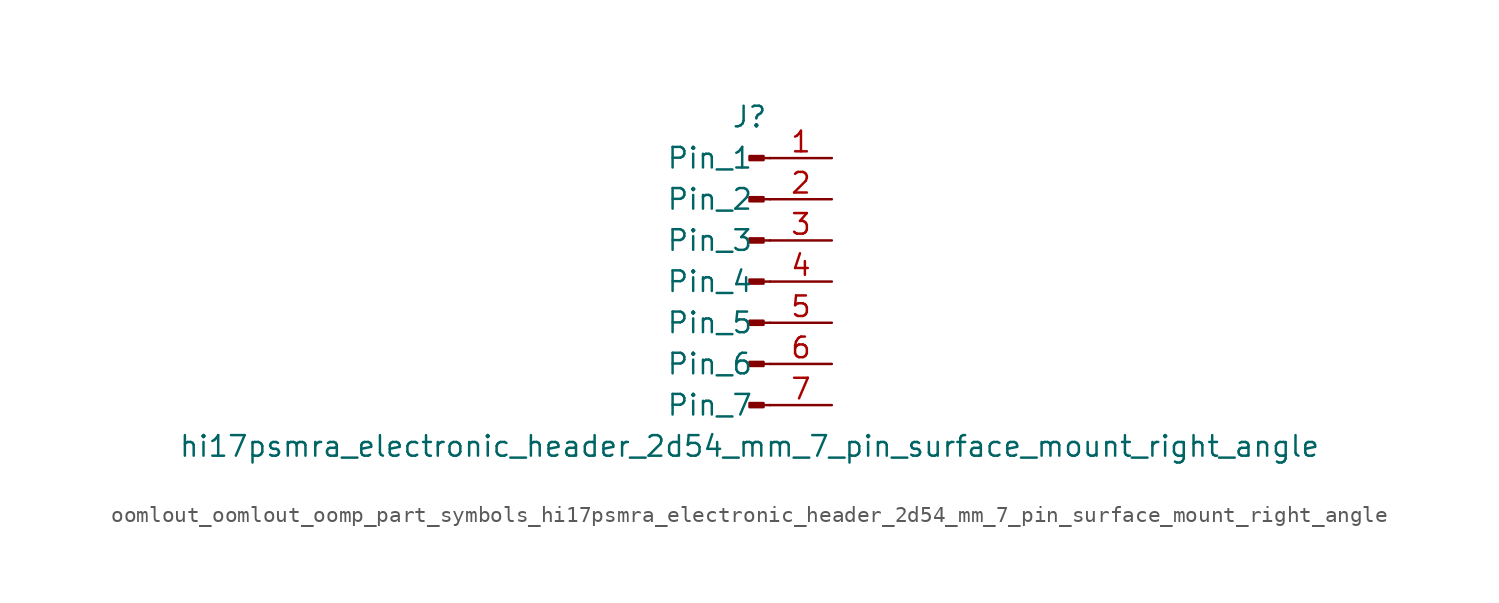
<source format=kicad_sym>
(kicad_symbol_lib
  (version 20220914)
  (generator kicad_symbol_editor)
  (symbol "oomlout_oomlout_oomp_part_symbols_hi17psmra_electronic_header_2d54_mm_7_pin_surface_mount_right_angle"
    (pin_names
      (offset 1.016))
    (property "Reference" "J"
      (at 0 10.16 0)
      (effects (font (size 1.27 1.27))))
    (property "Value" "hi17psmra_electronic_header_2d54_mm_7_pin_surface_mount_right_angle"
      (at 0 -10.16 0)
      (effects (font (size 1.27 1.27))))
    (property "ki_locked" ""
      (at 0 0 0)
      (effects (font (size 1.27 1.27))))
    (symbol "oomlout_oomlout_oomp_part_symbols_hi17psmra_electronic_header_2d54_mm_7_pin_surface_mount_right_angle_1_1"
      (polyline (pts (xy 1.27 -7.62) (xy 0.864 -7.62)) (stroke (width 0.152) (type default)) (fill (type none)))
      (polyline (pts (xy 1.27 -5.08) (xy 0.864 -5.08)) (stroke (width 0.152) (type default)) (fill (type none)))
      (polyline (pts (xy 1.27 -2.54) (xy 0.864 -2.54)) (stroke (width 0.152) (type default)) (fill (type none)))
      (polyline (pts (xy 1.27 0) (xy 0.864 0)) (stroke (width 0.152) (type default)) (fill (type none)))
      (polyline (pts (xy 1.27 2.54) (xy 0.864 2.54)) (stroke (width 0.152) (type default)) (fill (type none)))
      (polyline (pts (xy 1.27 5.08) (xy 0.864 5.08)) (stroke (width 0.152) (type default)) (fill (type none)))
      (polyline (pts (xy 1.27 7.62) (xy 0.864 7.62)) (stroke (width 0.152) (type default)) (fill (type none)))
      (rectangle (start 0.864 -7.493) (end 0 -7.747) (stroke (width 0.152) (type default)) (fill (type outline)))
      (rectangle (start 0.864 -4.953) (end 0 -5.207) (stroke (width 0.152) (type default)) (fill (type outline)))
      (rectangle (start 0.864 -2.413) (end 0 -2.667) (stroke (width 0.152) (type default)) (fill (type outline)))
      (rectangle (start 0.864 0.127) (end 0 -0.127) (stroke (width 0.152) (type default)) (fill (type outline)))
      (rectangle (start 0.864 2.667) (end 0 2.413) (stroke (width 0.152) (type default)) (fill (type outline)))
      (rectangle (start 0.864 5.207) (end 0 4.953) (stroke (width 0.152) (type default)) (fill (type outline)))
      (rectangle (start 0.864 7.747) (end 0 7.493) (stroke (width 0.152) (type default)) (fill (type outline)))
      (pin passive line (at 5.08 7.62 180) (length 3.81) (name "Pin_1" (effects (font (size 1.27 1.27)))) (number "1" (effects (font (size 1.27 1.27)))))
      (pin passive line (at 5.08 5.08 180) (length 3.81) (name "Pin_2" (effects (font (size 1.27 1.27)))) (number "2" (effects (font (size 1.27 1.27)))))
      (pin passive line (at 5.08 2.54 180) (length 3.81) (name "Pin_3" (effects (font (size 1.27 1.27)))) (number "3" (effects (font (size 1.27 1.27)))))
      (pin passive line (at 5.08 0 180) (length 3.81) (name "Pin_4" (effects (font (size 1.27 1.27)))) (number "4" (effects (font (size 1.27 1.27)))))
      (pin passive line (at 5.08 -2.54 180) (length 3.81) (name "Pin_5" (effects (font (size 1.27 1.27)))) (number "5" (effects (font (size 1.27 1.27)))))
      (pin passive line (at 5.08 -5.08 180) (length 3.81) (name "Pin_6" (effects (font (size 1.27 1.27)))) (number "6" (effects (font (size 1.27 1.27)))))
      (pin passive line (at 5.08 -7.62 180) (length 3.81) (name "Pin_7" (effects (font (size 1.27 1.27)))) (number "7" (effects (font (size 1.27 1.27))))))))
</source>
